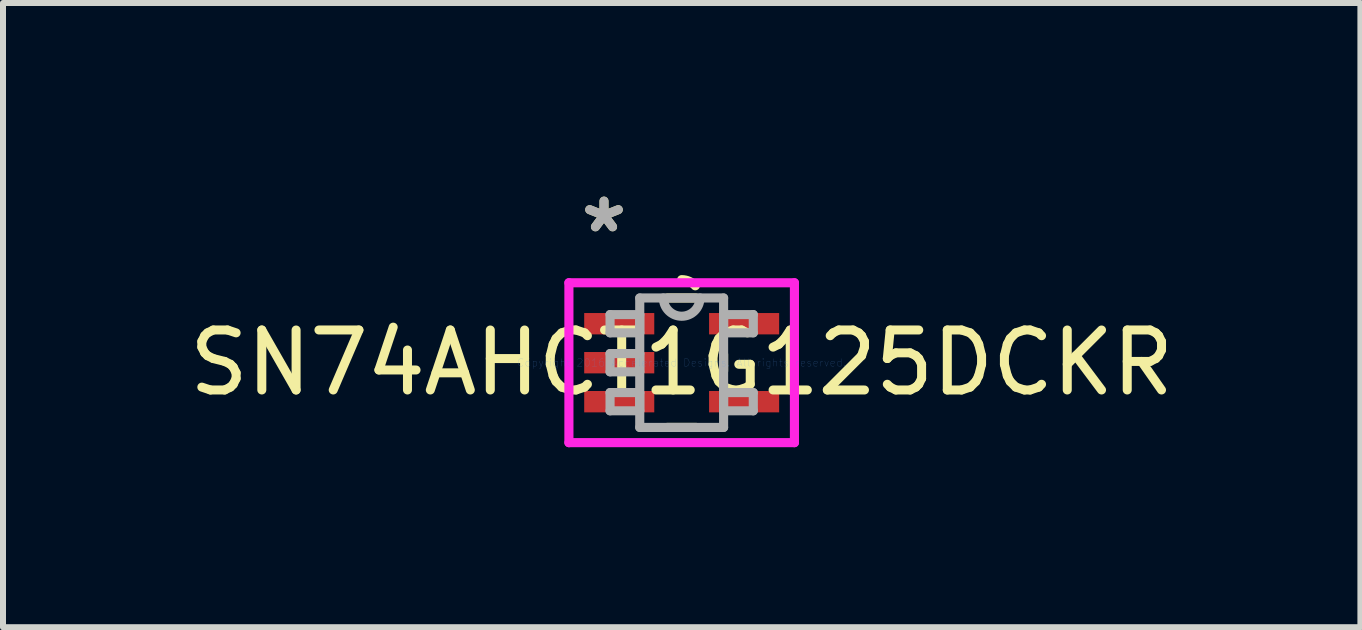
<source format=kicad_pcb>
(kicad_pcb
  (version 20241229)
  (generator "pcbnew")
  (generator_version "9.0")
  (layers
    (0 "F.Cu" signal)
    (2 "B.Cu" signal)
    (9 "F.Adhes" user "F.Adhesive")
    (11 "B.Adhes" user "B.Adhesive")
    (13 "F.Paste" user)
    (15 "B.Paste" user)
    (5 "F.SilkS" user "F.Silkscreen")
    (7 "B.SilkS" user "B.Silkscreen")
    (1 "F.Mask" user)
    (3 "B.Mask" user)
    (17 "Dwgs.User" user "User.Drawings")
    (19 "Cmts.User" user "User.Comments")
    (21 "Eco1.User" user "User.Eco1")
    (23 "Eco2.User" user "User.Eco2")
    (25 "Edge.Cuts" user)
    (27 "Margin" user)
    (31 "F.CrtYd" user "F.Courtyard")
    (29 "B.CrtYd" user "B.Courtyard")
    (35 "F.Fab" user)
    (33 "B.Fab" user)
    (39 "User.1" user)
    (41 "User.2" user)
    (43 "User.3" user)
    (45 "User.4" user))
  (footprint "SN74AHCT1G125DCKR"
    (layer "F.Cu")
    (at 8.315 2.997)
    (property "Reference" "SN74AHCT1G125DCKR" (at 0 0 0) (layer "F.SilkS") (effects (font (size 1 1) (thickness 0.15))))
    (attr through_hole)
    (fp_line (start -0.24 1.079) (end 0.24 1.079) (stroke (width 0.152) (type solid)) (layer "F.SilkS"))
    (fp_line (start 0.24 -1.079) (end -0.24 -1.079) (stroke (width 0.152) (type solid)) (layer "F.SilkS"))
    (fp_line (start 0.699 0.139) (end 0.699 -0.139) (stroke (width 0.152) (type solid)) (layer "F.SilkS"))
    (fp_arc (start 0 -1.3843) (mid 0.12446 -1.357732) (end 0.227222 -1.282658) (stroke (width 0.1524) (type solid)) (layer "F.SilkS"))
    (fp_line (start -1.88 -1.333) (end 1.88 -1.333) (stroke (width 0.152) (type solid)) (layer "F.CrtYd"))
    (fp_line (start -1.88 1.333) (end -1.88 -1.333) (stroke (width 0.152) (type solid)) (layer "F.CrtYd"))
    (fp_line (start 1.88 -1.333) (end 1.88 1.333) (stroke (width 0.152) (type solid)) (layer "F.CrtYd"))
    (fp_line (start 1.88 1.333) (end -1.88 1.333) (stroke (width 0.152) (type solid)) (layer "F.CrtYd"))
    (fp_line (start -1.194 -0.802) (end -1.194 -0.498) (stroke (width 0.152) (type solid)) (layer "F.Fab"))
    (fp_line (start -1.194 -0.498) (end -0.699 -0.498) (stroke (width 0.152) (type solid)) (layer "F.Fab"))
    (fp_line (start -1.194 -0.152) (end -1.194 0.152) (stroke (width 0.152) (type solid)) (layer "F.Fab"))
    (fp_line (start -1.194 0.152) (end -0.699 0.152) (stroke (width 0.152) (type solid)) (layer "F.Fab"))
    (fp_line (start -1.194 0.498) (end -1.194 0.802) (stroke (width 0.152) (type solid)) (layer "F.Fab"))
    (fp_line (start -1.194 0.802) (end -0.699 0.802) (stroke (width 0.152) (type solid)) (layer "F.Fab"))
    (fp_line (start -0.699 -1.079) (end -0.699 1.079) (stroke (width 0.152) (type solid)) (layer "F.Fab"))
    (fp_line (start -0.699 -0.802) (end -1.194 -0.802) (stroke (width 0.152) (type solid)) (layer "F.Fab"))
    (fp_line (start -0.699 -0.498) (end -0.699 -0.802) (stroke (width 0.152) (type solid)) (layer "F.Fab"))
    (fp_line (start -0.699 -0.152) (end -1.194 -0.152) (stroke (width 0.152) (type solid)) (layer "F.Fab"))
    (fp_line (start -0.699 0.152) (end -0.699 -0.152) (stroke (width 0.152) (type solid)) (layer "F.Fab"))
    (fp_line (start -0.699 0.498) (end -1.194 0.498) (stroke (width 0.152) (type solid)) (layer "F.Fab"))
    (fp_line (start -0.699 0.802) (end -0.699 0.498) (stroke (width 0.152) (type solid)) (layer "F.Fab"))
    (fp_line (start -0.699 1.079) (end 0.699 1.079) (stroke (width 0.152) (type solid)) (layer "F.Fab"))
    (fp_line (start 0.699 -1.079) (end -0.699 -1.079) (stroke (width 0.152) (type solid)) (layer "F.Fab"))
    (fp_line (start 0.699 -0.802) (end 0.699 -0.498) (stroke (width 0.152) (type solid)) (layer "F.Fab"))
    (fp_line (start 0.699 -0.498) (end 1.194 -0.498) (stroke (width 0.152) (type solid)) (layer "F.Fab"))
    (fp_line (start 0.699 0.498) (end 0.699 0.802) (stroke (width 0.152) (type solid)) (layer "F.Fab"))
    (fp_line (start 0.699 0.802) (end 1.194 0.802) (stroke (width 0.152) (type solid)) (layer "F.Fab"))
    (fp_line (start 0.699 1.079) (end 0.699 -1.079) (stroke (width 0.152) (type solid)) (layer "F.Fab"))
    (fp_line (start 1.194 -0.802) (end 0.699 -0.802) (stroke (width 0.152) (type solid)) (layer "F.Fab"))
    (fp_line (start 1.194 -0.498) (end 1.194 -0.802) (stroke (width 0.152) (type solid)) (layer "F.Fab"))
    (fp_line (start 1.194 0.498) (end 0.699 0.498) (stroke (width 0.152) (type solid)) (layer "F.Fab"))
    (fp_line (start 1.194 0.802) (end 1.194 0.498) (stroke (width 0.152) (type solid)) (layer "F.Fab"))
    (fp_arc (start 0.3048 -1.0795) (mid 0 -0.7747) (end -0.3048 -1.0795) (stroke (width 0.1524) (type solid)) (layer "F.Fab"))
    (fp_text user "*" (at -1.295 -2.149 0) (layer "F.SilkS") (effects (font (size 1 1) (thickness 0.15))))
    (fp_text user "Copyright 2016 Accelerated Designs. All rights reserved." (at 0 0 0) (layer "Cmts.User") (effects (font (size 0.127 0.127) (thickness 0.002))))
    (fp_text user "*" (at -1.295 -2.149 0) (layer "F.Fab") (effects (font (size 1 1) (thickness 0.15))))
    (pad "1" smd rect (at -1.041 -0.65) (size 1.168 0.356) (layers "F.Cu" "F.Mask" "F.Paste"))
    (pad "2" smd rect (at -1.041 0) (size 1.168 0.356) (layers "F.Cu" "F.Mask" "F.Paste"))
    (pad "3" smd rect (at -1.041 0.65) (size 1.168 0.356) (layers "F.Cu" "F.Mask" "F.Paste"))
    (pad "4" smd rect (at 1.041 0.65) (size 1.168 0.356) (layers "F.Cu" "F.Mask" "F.Paste"))
    (pad "5" smd rect (at 1.041 -0.65) (size 1.168 0.356) (layers "F.Cu" "F.Mask" "F.Paste")))
  (gr_rect
    (start -3 -3)
    (end 19.631 7.407)
    (stroke (width 0.1) (type default))
    (fill no)
    (layer "Edge.Cuts")))
</source>
